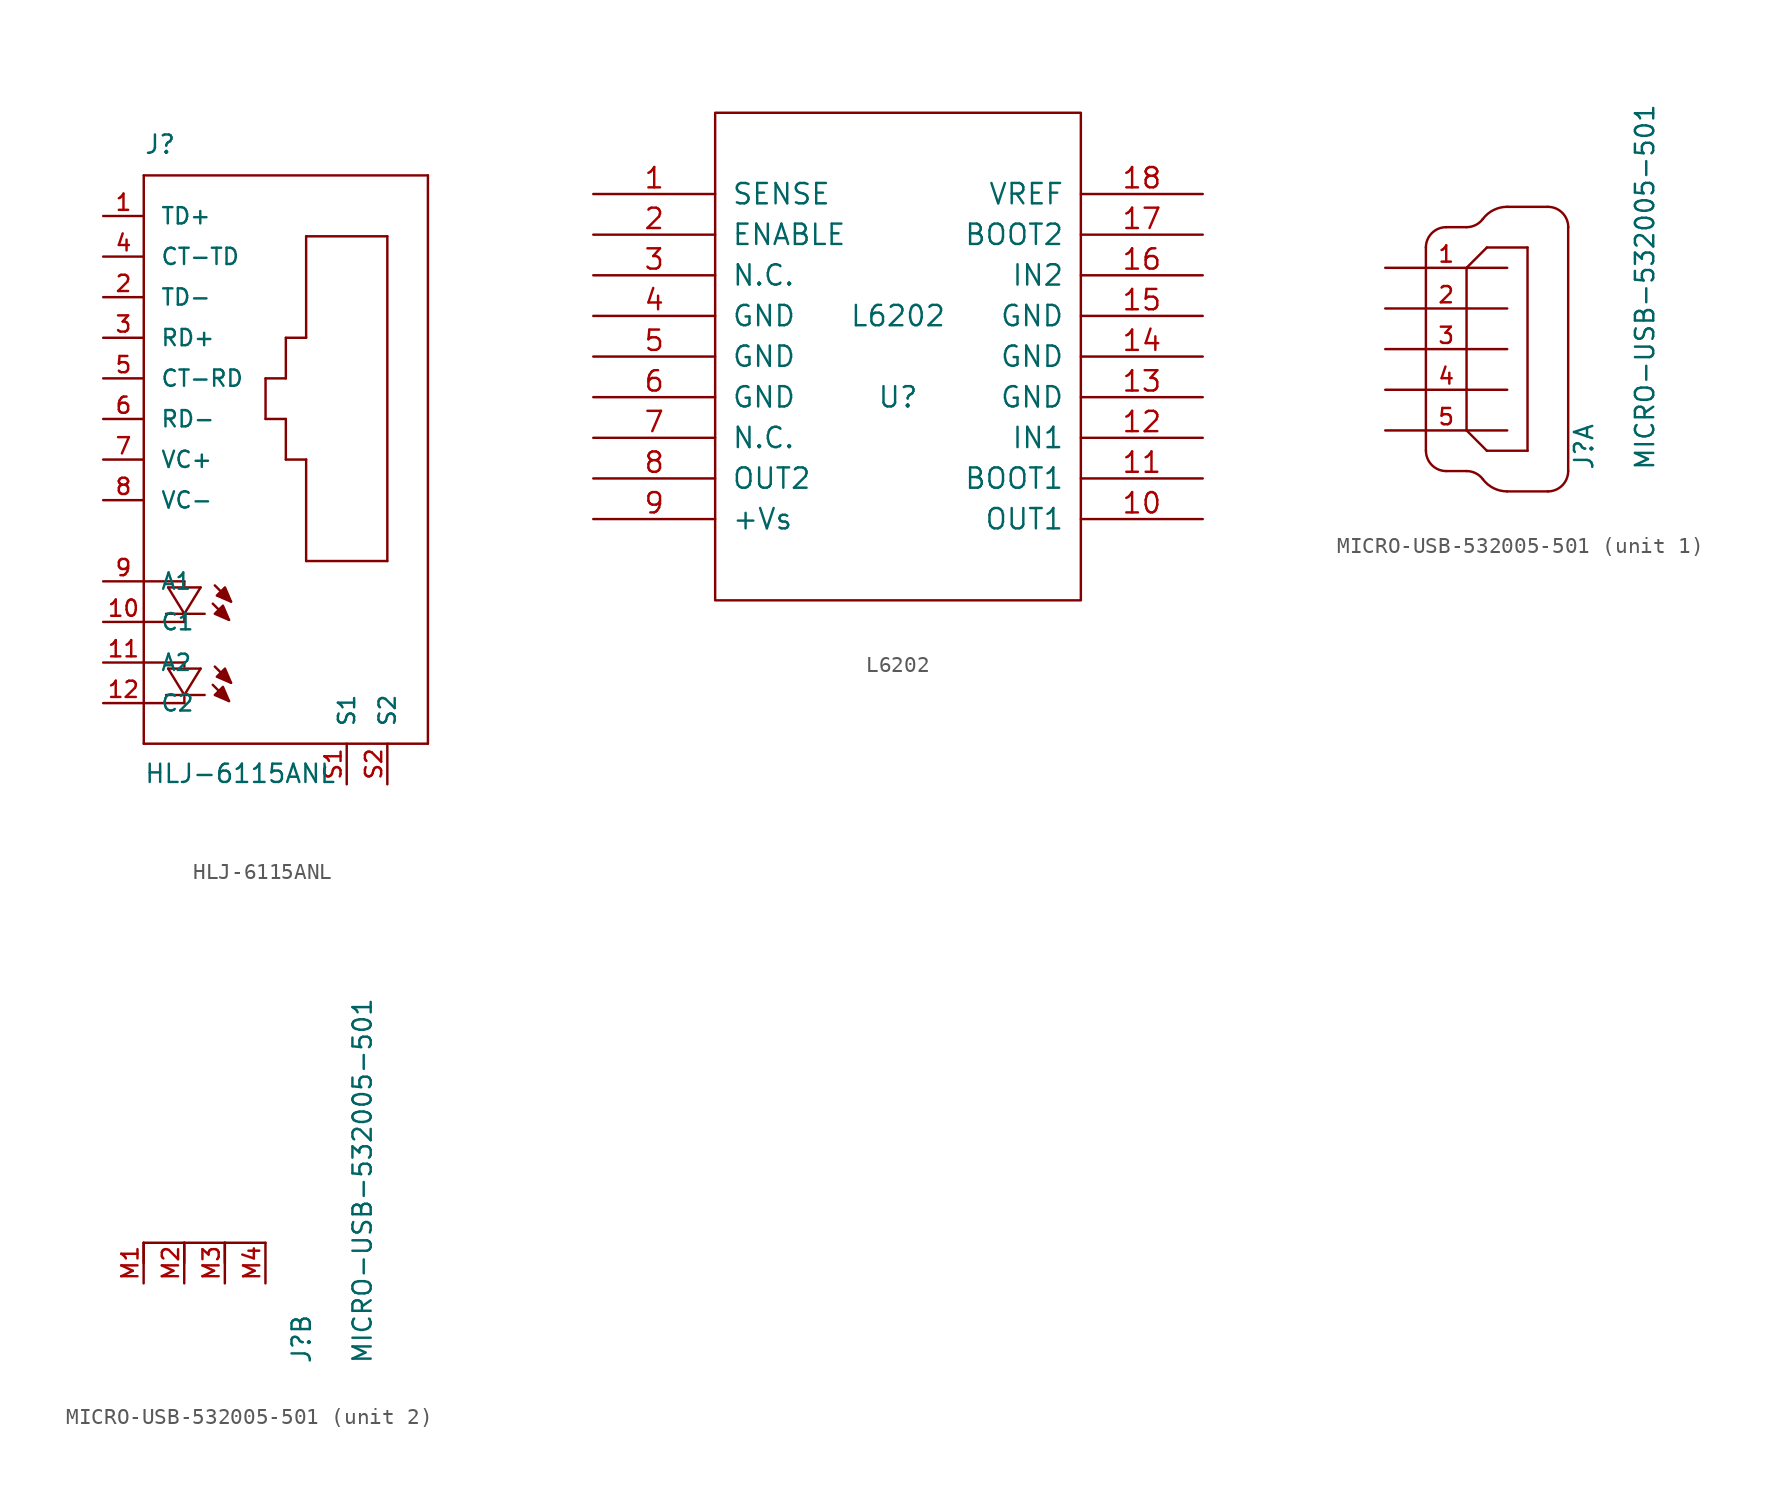
<source format=kicad_sym>
(kicad_symbol_lib
  (version 20220914)
  (generator kicad_symbol_editor)
  (symbol "HLJ-6115ANL"
    (pin_names
      (offset 1.016))
    (property "Reference" "J"
      (at -7.62 21.59 0)
      (effects (font (size 1.143 1.143)) (justify left bottom)))
    (property "Value" "HLJ-6115ANL"
      (at -7.62 -17.78 0)
      (effects (font (size 1.143 1.143)) (justify left bottom)))
    (property "ki_locked" ""
      (at 0 0 0)
      (effects (font (size 1.27 1.27))))
    (symbol "HLJ-6115ANL_1_0"
      (polyline (pts (xy -7.62 -15.24) (xy 10.16 -15.24)) (stroke (width 0) (type solid)) (fill (type none)))
      (polyline (pts (xy -7.62 -10.16) (xy -5.08 -10.16)) (stroke (width 0) (type solid)) (fill (type none)))
      (polyline (pts (xy -7.62 -7.62) (xy -7.62 -15.24)) (stroke (width 0) (type solid)) (fill (type none)))
      (polyline (pts (xy -7.62 -5.08) (xy -7.62 -7.62)) (stroke (width 0) (type solid)) (fill (type none)))
      (polyline (pts (xy -7.62 -5.08) (xy -5.08 -5.08)) (stroke (width 0) (type solid)) (fill (type none)))
      (polyline (pts (xy -7.62 20.32) (xy -7.62 -5.08)) (stroke (width 0) (type solid)) (fill (type none)))
      (polyline (pts (xy -6.223 -12.192) (xy -5.08 -12.192)) (stroke (width 0) (type solid)) (fill (type none)))
      (polyline (pts (xy -6.223 -7.112) (xy -5.08 -7.112)) (stroke (width 0) (type solid)) (fill (type none)))
      (polyline (pts (xy -6.096 -10.541) (xy -5.08 -12.192)) (stroke (width 0) (type solid)) (fill (type none)))
      (polyline (pts (xy -6.096 -10.541) (xy -4.064 -10.541)) (stroke (width 0) (type solid)) (fill (type none)))
      (polyline (pts (xy -6.096 -5.461) (xy -5.08 -7.112)) (stroke (width 0) (type solid)) (fill (type none)))
      (polyline (pts (xy -6.096 -5.461) (xy -4.064 -5.461)) (stroke (width 0) (type solid)) (fill (type none)))
      (polyline (pts (xy -5.08 -12.7) (xy -7.62 -12.7)) (stroke (width 0) (type solid)) (fill (type none)))
      (polyline (pts (xy -5.08 -12.319) (xy -5.08 -12.7)) (stroke (width 0) (type solid)) (fill (type none)))
      (polyline (pts (xy -5.08 -12.192) (xy -4.064 -10.541)) (stroke (width 0) (type solid)) (fill (type none)))
      (polyline (pts (xy -5.08 -12.192) (xy -3.81 -12.192)) (stroke (width 0) (type solid)) (fill (type none)))
      (polyline (pts (xy -5.08 -10.16) (xy -5.08 -10.414)) (stroke (width 0) (type solid)) (fill (type none)))
      (polyline (pts (xy -5.08 -7.62) (xy -7.62 -7.62)) (stroke (width 0) (type solid)) (fill (type none)))
      (polyline (pts (xy -5.08 -7.239) (xy -5.08 -7.62)) (stroke (width 0) (type solid)) (fill (type none)))
      (polyline (pts (xy -5.08 -7.112) (xy -4.064 -5.461)) (stroke (width 0) (type solid)) (fill (type none)))
      (polyline (pts (xy -5.08 -7.112) (xy -3.81 -7.112)) (stroke (width 0) (type solid)) (fill (type none)))
      (polyline (pts (xy -5.08 -5.08) (xy -5.08 -5.334)) (stroke (width 0) (type solid)) (fill (type none)))
      (polyline (pts (xy -3.302 -11.557) (xy -2.286 -12.573)) (stroke (width 0) (type solid)) (fill (type none)))
      (polyline (pts (xy -3.302 -6.477) (xy -2.286 -7.493)) (stroke (width 0) (type solid)) (fill (type none)))
      (polyline (pts (xy -3.175 -10.414) (xy -2.159 -11.43)) (stroke (width 0) (type solid)) (fill (type none)))
      (polyline (pts (xy -3.175 -5.334) (xy -2.159 -6.35)) (stroke (width 0) (type solid)) (fill (type none)))
      (polyline (pts (xy 0 5.08) (xy 1.27 5.08)) (stroke (width 0) (type solid)) (fill (type none)))
      (polyline (pts (xy 0 7.62) (xy 0 5.08)) (stroke (width 0) (type solid)) (fill (type none)))
      (polyline (pts (xy 1.27 2.54) (xy 2.54 2.54)) (stroke (width 0) (type solid)) (fill (type none)))
      (polyline (pts (xy 1.27 5.08) (xy 1.27 2.54)) (stroke (width 0) (type solid)) (fill (type none)))
      (polyline (pts (xy 1.27 7.62) (xy 0 7.62)) (stroke (width 0) (type solid)) (fill (type none)))
      (polyline (pts (xy 1.27 10.16) (xy 1.27 7.62)) (stroke (width 0) (type solid)) (fill (type none)))
      (polyline (pts (xy 2.54 -3.81) (xy 7.62 -3.81)) (stroke (width 0) (type solid)) (fill (type none)))
      (polyline (pts (xy 2.54 2.54) (xy 2.54 -3.81)) (stroke (width 0) (type solid)) (fill (type none)))
      (polyline (pts (xy 2.54 10.16) (xy 1.27 10.16)) (stroke (width 0) (type solid)) (fill (type none)))
      (polyline (pts (xy 2.54 16.51) (xy 2.54 10.16)) (stroke (width 0) (type solid)) (fill (type none)))
      (polyline (pts (xy 7.62 -3.81) (xy 7.62 16.51)) (stroke (width 0) (type solid)) (fill (type none)))
      (polyline (pts (xy 7.62 16.51) (xy 2.54 16.51)) (stroke (width 0) (type solid)) (fill (type none)))
      (polyline (pts (xy 10.16 -15.24) (xy 10.16 20.32)) (stroke (width 0) (type solid)) (fill (type none)))
      (polyline (pts (xy 10.16 20.32) (xy -7.62 20.32)) (stroke (width 0) (type solid)) (fill (type none))))
    (symbol "HLJ-6115ANL_1_1"
      (polyline (pts (xy -2.286 -12.573) (xy -2.667 -11.684) (xy -2.667 -11.684) (xy -3.175 -12.192) (xy -3.175 -12.192) (xy -2.286 -12.573)) (stroke (width 0) (type solid)) (fill (type outline)))
      (polyline (pts (xy -2.286 -7.493) (xy -2.667 -6.604) (xy -2.667 -6.604) (xy -3.175 -7.112) (xy -3.175 -7.112) (xy -2.286 -7.493)) (stroke (width 0) (type solid)) (fill (type outline)))
      (polyline (pts (xy -2.159 -11.43) (xy -2.54 -10.541) (xy -2.54 -10.541) (xy -3.048 -11.049) (xy -3.048 -11.049) (xy -2.159 -11.43)) (stroke (width 0) (type solid)) (fill (type outline)))
      (polyline (pts (xy -2.159 -6.35) (xy -2.54 -5.461) (xy -2.54 -5.461) (xy -3.048 -5.969) (xy -3.048 -5.969) (xy -2.159 -6.35)) (stroke (width 0) (type solid)) (fill (type outline)))
      (pin passive line (at -10.16 17.78 0) (length 2.54) (name "TD+" (effects (font (size 1.016 1.016)))) (number "1" (effects (font (size 1.016 1.016)))))
      (pin passive line (at -10.16 -7.62 0) (length 2.54) (name "C1" (effects (font (size 1.016 1.016)))) (number "10" (effects (font (size 1.016 1.016)))))
      (pin passive line (at -10.16 -10.16 0) (length 2.54) (name "A2" (effects (font (size 1.016 1.016)))) (number "11" (effects (font (size 1.016 1.016)))))
      (pin passive line (at -10.16 -12.7 0) (length 2.54) (name "C2" (effects (font (size 1.016 1.016)))) (number "12" (effects (font (size 1.016 1.016)))))
      (pin passive line (at -10.16 12.7 0) (length 2.54) (name "TD-" (effects (font (size 1.016 1.016)))) (number "2" (effects (font (size 1.016 1.016)))))
      (pin passive line (at -10.16 10.16 0) (length 2.54) (name "RD+" (effects (font (size 1.016 1.016)))) (number "3" (effects (font (size 1.016 1.016)))))
      (pin passive line (at -10.16 15.24 0) (length 2.54) (name "CT-TD" (effects (font (size 1.016 1.016)))) (number "4" (effects (font (size 1.016 1.016)))))
      (pin passive line (at -10.16 7.62 0) (length 2.54) (name "CT-RD" (effects (font (size 1.016 1.016)))) (number "5" (effects (font (size 1.016 1.016)))))
      (pin passive line (at -10.16 5.08 0) (length 2.54) (name "RD-" (effects (font (size 1.016 1.016)))) (number "6" (effects (font (size 1.016 1.016)))))
      (pin passive line (at -10.16 2.54 0) (length 2.54) (name "VC+" (effects (font (size 1.016 1.016)))) (number "7" (effects (font (size 1.016 1.016)))))
      (pin passive line (at -10.16 0 0) (length 2.54) (name "VC-" (effects (font (size 1.016 1.016)))) (number "8" (effects (font (size 1.016 1.016)))))
      (pin passive line (at -10.16 -5.08 0) (length 2.54) (name "A1" (effects (font (size 1.016 1.016)))) (number "9" (effects (font (size 1.016 1.016)))))
      (pin passive line (at 5.08 -17.78 90) (length 2.54) (name "S1" (effects (font (size 1.016 1.016)))) (number "S1" (effects (font (size 1.016 1.016)))))
      (pin passive line (at 7.62 -17.78 90) (length 2.54) (name "S2" (effects (font (size 1.016 1.016)))) (number "S2" (effects (font (size 1.016 1.016)))))))
  (symbol "L6202"
    (pin_names
      (offset 1.016))
    (property "Reference" "U"
      (at 0 -2.54 0)
      (effects (font (size 1.27 1.27))))
    (property "Value" "L6202"
      (at 0 2.54 0)
      (effects (font (size 1.27 1.27))))
    (symbol "L6202_0_0"
      (rectangle (start -11.43 -15.24) (end 11.43 15.24) (stroke (width 0) (type solid)) (fill (type none))))
    (symbol "L6202_1_1"
      (pin input line (at -19.05 10.16 0) (length 7.62) (name "SENSE" (effects (font (size 1.27 1.27)))) (number "1" (effects (font (size 1.27 1.27)))))
      (pin output line (at 19.05 -10.16 180) (length 7.62) (name "OUT1" (effects (font (size 1.27 1.27)))) (number "10" (effects (font (size 1.27 1.27)))))
      (pin bidirectional line (at 19.05 -7.62 180) (length 7.62) (name "BOOT1" (effects (font (size 1.27 1.27)))) (number "11" (effects (font (size 1.27 1.27)))))
      (pin input line (at 19.05 -5.08 180) (length 7.62) (name "IN1" (effects (font (size 1.27 1.27)))) (number "12" (effects (font (size 1.27 1.27)))))
      (pin power_in line (at 19.05 -2.54 180) (length 7.62) (name "GND" (effects (font (size 1.27 1.27)))) (number "13" (effects (font (size 1.27 1.27)))))
      (pin power_in line (at 19.05 0 180) (length 7.62) (name "GND" (effects (font (size 1.27 1.27)))) (number "14" (effects (font (size 1.27 1.27)))))
      (pin power_in line (at 19.05 2.54 180) (length 7.62) (name "GND" (effects (font (size 1.27 1.27)))) (number "15" (effects (font (size 1.27 1.27)))))
      (pin input line (at 19.05 5.08 180) (length 7.62) (name "IN2" (effects (font (size 1.27 1.27)))) (number "16" (effects (font (size 1.27 1.27)))))
      (pin bidirectional line (at 19.05 7.62 180) (length 7.62) (name "BOOT2" (effects (font (size 1.27 1.27)))) (number "17" (effects (font (size 1.27 1.27)))))
      (pin input line (at 19.05 10.16 180) (length 7.62) (name "VREF" (effects (font (size 1.27 1.27)))) (number "18" (effects (font (size 1.27 1.27)))))
      (pin input line (at -19.05 7.62 0) (length 7.62) (name "ENABLE" (effects (font (size 1.27 1.27)))) (number "2" (effects (font (size 1.27 1.27)))))
      (pin passive line (at -19.05 5.08 0) (length 7.62) (name "N.C." (effects (font (size 1.27 1.27)))) (number "3" (effects (font (size 1.27 1.27)))))
      (pin power_in line (at -19.05 2.54 0) (length 7.62) (name "GND" (effects (font (size 1.27 1.27)))) (number "4" (effects (font (size 1.27 1.27)))))
      (pin power_in line (at -19.05 0 0) (length 7.62) (name "GND" (effects (font (size 1.27 1.27)))) (number "5" (effects (font (size 1.27 1.27)))))
      (pin power_in line (at -19.05 -2.54 0) (length 7.62) (name "GND" (effects (font (size 1.27 1.27)))) (number "6" (effects (font (size 1.27 1.27)))))
      (pin passive line (at -19.05 -5.08 0) (length 7.62) (name "N.C." (effects (font (size 1.27 1.27)))) (number "7" (effects (font (size 1.27 1.27)))))
      (pin output line (at -19.05 -7.62 0) (length 7.62) (name "OUT2" (effects (font (size 1.27 1.27)))) (number "8" (effects (font (size 1.27 1.27)))))
      (pin power_in line (at -19.05 -10.16 0) (length 7.62) (name "+Vs" (effects (font (size 1.27 1.27)))) (number "9" (effects (font (size 1.27 1.27)))))))
  (symbol "MICRO-USB-532005-501"
    (pin_names
      (offset 1.016) hide)
    (property "Reference" "J"
      (at 8.001 -7.62 90)
      (effects (font (size 1.143 1.143)) (justify left bottom)))
    (property "Value" "MICRO-USB-532005-501"
      (at 11.811 -7.62 90)
      (effects (font (size 1.143 1.143)) (justify left bottom)))
    (property "ki_locked" ""
      (at 0 0 0)
      (effects (font (size 1.27 1.27))))
    (symbol "MICRO-USB-532005-501_1_0"
      (polyline (pts (xy -2.54 6.35) (xy -2.54 -6.35)) (stroke (width 0) (type solid)) (fill (type none)))
      (polyline (pts (xy -1.27 -7.62) (xy 0 -7.62)) (stroke (width 0) (type solid)) (fill (type none)))
      (polyline (pts (xy -1.27 7.62) (xy 0 7.62)) (stroke (width 0) (type solid)) (fill (type none)))
      (polyline (pts (xy 0 -5.08) (xy 1.27 -6.35)) (stroke (width 0) (type solid)) (fill (type none)))
      (polyline (pts (xy 0 5.08) (xy 0 -5.08)) (stroke (width 0) (type solid)) (fill (type none)))
      (polyline (pts (xy 1.27 -6.35) (xy 3.81 -6.35)) (stroke (width 0) (type solid)) (fill (type none)))
      (polyline (pts (xy 1.27 6.35) (xy 0 5.08)) (stroke (width 0) (type solid)) (fill (type none)))
      (polyline (pts (xy 2.54 -8.89) (xy 5.08 -8.89)) (stroke (width 0) (type solid)) (fill (type none)))
      (polyline (pts (xy 2.54 8.89) (xy 5.08 8.89)) (stroke (width 0) (type solid)) (fill (type none)))
      (polyline (pts (xy 3.81 -6.35) (xy 3.81 6.35)) (stroke (width 0) (type solid)) (fill (type none)))
      (polyline (pts (xy 3.81 6.35) (xy 1.27 6.35)) (stroke (width 0) (type solid)) (fill (type none)))
      (polyline (pts (xy 6.35 -7.62) (xy 6.35 7.62)) (stroke (width 0) (type solid)) (fill (type none))))
    (symbol "MICRO-USB-532005-501_1_1"
      (arc (start -2.54 -6.35) (mid -2.168 -7.248) (end -1.27 -7.62) (stroke (width 0) (type solid)) (fill (type none)))
      (arc (start -1.27 7.62) (mid -2.168 7.248) (end -2.54 6.35) (stroke (width 0) (type solid)) (fill (type none)))
      (arc (start 0 7.62) (mid 0.568 7.7541) (end 1.016 8.128) (stroke (width 0) (type solid)) (fill (type none)))
      (arc (start 1.016 -8.128) (mid 0.568 -7.7541) (end 0 -7.62) (stroke (width 0) (type solid)) (fill (type none)))
      (arc (start 1.016 -8.128) (mid 1.6881 -8.6889) (end 2.54 -8.89) (stroke (width 0) (type solid)) (fill (type none)))
      (arc (start 2.54 8.89) (mid 1.6881 8.6889) (end 1.016 8.128) (stroke (width 0) (type solid)) (fill (type none)))
      (arc (start 5.08 -8.89) (mid 5.978 -8.518) (end 6.35 -7.62) (stroke (width 0) (type solid)) (fill (type none)))
      (arc (start 6.35 7.62) (mid 5.978 8.518) (end 5.08 8.89) (stroke (width 0) (type solid)) (fill (type none)))
      (pin passive line (at -5.08 5.08 0) (length 7.62) (name "1" (effects (font (size 1.016 1.016)))) (number "1" (effects (font (size 1.016 1.016)))))
      (pin passive line (at -5.08 2.54 0) (length 7.62) (name "2" (effects (font (size 1.016 1.016)))) (number "2" (effects (font (size 1.016 1.016)))))
      (pin passive line (at -5.08 0 0) (length 7.62) (name "3" (effects (font (size 1.016 1.016)))) (number "3" (effects (font (size 1.016 1.016)))))
      (pin passive line (at -5.08 -2.54 0) (length 7.62) (name "4" (effects (font (size 1.016 1.016)))) (number "4" (effects (font (size 1.016 1.016)))))
      (pin passive line (at -5.08 -5.08 0) (length 7.62) (name "5" (effects (font (size 1.016 1.016)))) (number "5" (effects (font (size 1.016 1.016))))))
    (symbol "MICRO-USB-532005-501_2_0"
      (polyline (pts (xy -2.54 -1.27) (xy -2.54 0)) (stroke (width 0) (type solid)) (fill (type none)))
      (polyline (pts (xy -2.54 0) (xy 0 0)) (stroke (width 0) (type solid)) (fill (type none)))
      (polyline (pts (xy 0 -1.27) (xy 0 0)) (stroke (width 0) (type solid)) (fill (type none)))
      (polyline (pts (xy 0 0) (xy 2.54 0)) (stroke (width 0) (type solid)) (fill (type none)))
      (polyline (pts (xy 2.54 -1.27) (xy 2.54 0)) (stroke (width 0) (type solid)) (fill (type none)))
      (polyline (pts (xy 2.54 0) (xy 5.08 0)) (stroke (width 0) (type solid)) (fill (type none))))
    (symbol "MICRO-USB-532005-501_2_1"
      (pin passive line (at -2.54 -2.54 90) (length 2.54) (name "S1" (effects (font (size 1.016 1.016)))) (number "M1" (effects (font (size 1.016 1.016)))))
      (pin passive line (at 0 -2.54 90) (length 2.54) (name "S2" (effects (font (size 1.016 1.016)))) (number "M2" (effects (font (size 1.016 1.016)))))
      (pin passive line (at 2.54 -2.54 90) (length 2.54) (name "S3" (effects (font (size 1.016 1.016)))) (number "M3" (effects (font (size 1.016 1.016)))))
      (pin passive line (at 5.08 -2.54 90) (length 2.54) (name "S4" (effects (font (size 1.016 1.016)))) (number "M4" (effects (font (size 1.016 1.016))))))))
</source>
